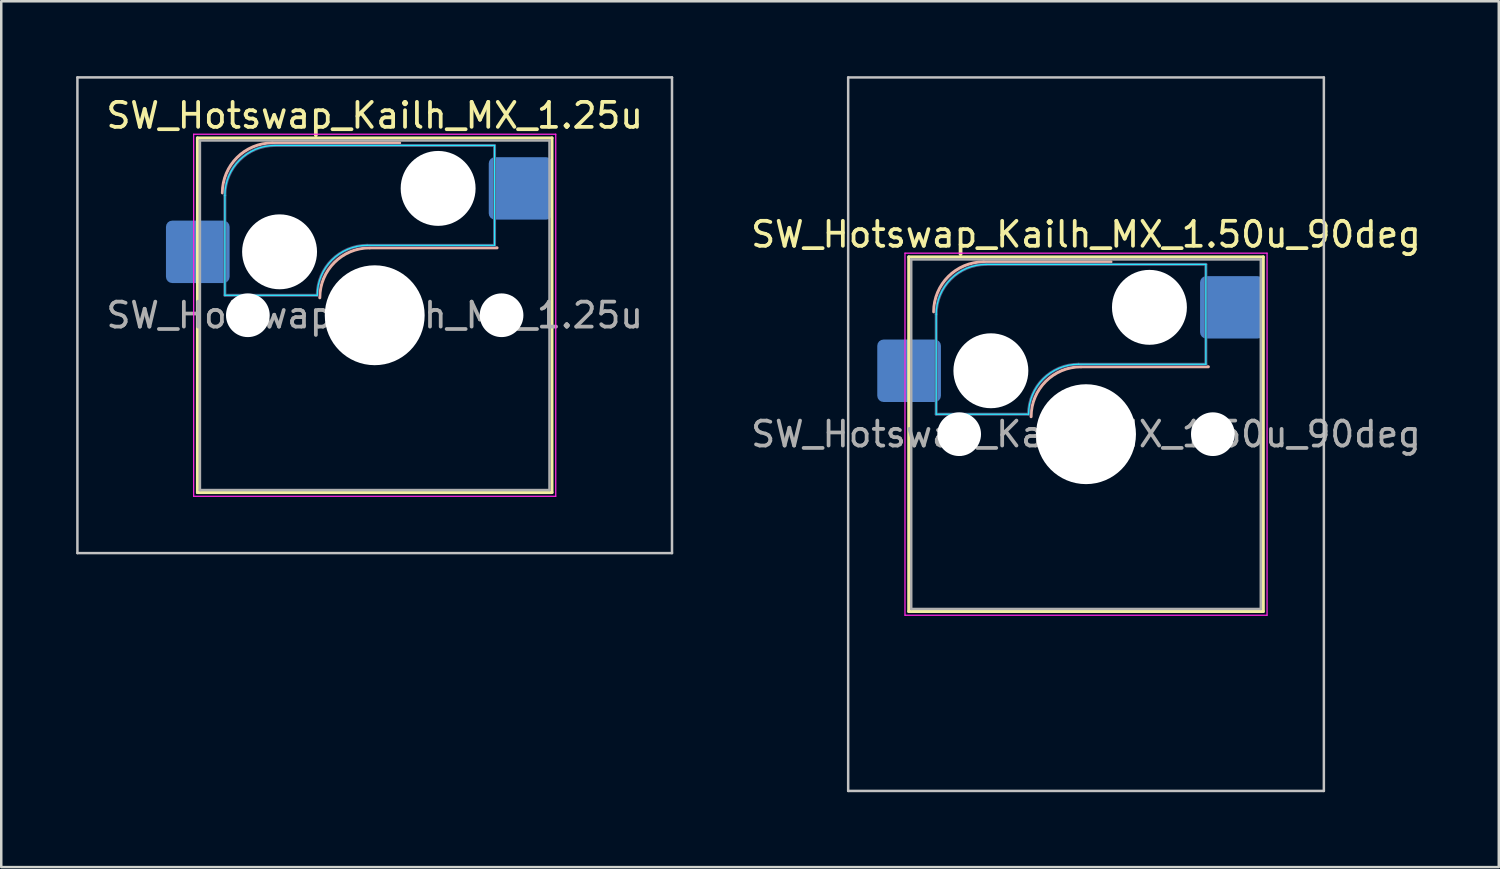
<source format=kicad_pcb>
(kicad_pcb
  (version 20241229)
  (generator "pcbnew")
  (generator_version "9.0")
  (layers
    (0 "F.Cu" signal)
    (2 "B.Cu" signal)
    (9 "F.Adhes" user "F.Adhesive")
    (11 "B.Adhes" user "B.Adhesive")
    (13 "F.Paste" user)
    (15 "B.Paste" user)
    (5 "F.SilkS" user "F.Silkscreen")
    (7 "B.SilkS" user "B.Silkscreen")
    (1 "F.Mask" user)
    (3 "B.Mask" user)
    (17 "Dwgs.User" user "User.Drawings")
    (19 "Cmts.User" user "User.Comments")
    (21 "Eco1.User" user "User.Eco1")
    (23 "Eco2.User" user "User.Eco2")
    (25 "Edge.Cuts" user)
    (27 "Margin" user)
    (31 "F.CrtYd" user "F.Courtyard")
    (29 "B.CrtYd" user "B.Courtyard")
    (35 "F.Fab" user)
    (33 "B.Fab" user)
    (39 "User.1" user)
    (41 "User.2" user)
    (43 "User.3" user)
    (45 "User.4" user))
  (footprint "SW_Hotswap_Kailh_MX_1.25u"
    (layer "F.Cu")
    (at 11.956 9.575)
    (property "Reference" "SW_Hotswap_Kailh_MX_1.25u" (at 0 -8 0) (layer "F.SilkS") (effects (font (size 1 1) (thickness 0.15))))
    (attr smd)
    (fp_line (start -7.1 -7.1) (end -7.1 7.1) (stroke (width 0.12) (type solid)) (layer "F.SilkS"))
    (fp_line (start -7.1 7.1) (end 7.1 7.1) (stroke (width 0.12) (type solid)) (layer "F.SilkS"))
    (fp_line (start 7.1 -7.1) (end -7.1 -7.1) (stroke (width 0.12) (type solid)) (layer "F.SilkS"))
    (fp_line (start 7.1 7.1) (end 7.1 -7.1) (stroke (width 0.12) (type solid)) (layer "F.SilkS"))
    (fp_line (start -4.1 -6.9) (end 1 -6.9) (stroke (width 0.12) (type solid)) (layer "B.SilkS"))
    (fp_line (start -0.2 -2.7) (end 4.9 -2.7) (stroke (width 0.12) (type solid)) (layer "B.SilkS"))
    (fp_arc (start -6.1 -4.9) (mid -5.514214 -6.314214) (end -4.1 -6.9) (stroke (width 0.12) (type solid)) (layer "B.SilkS"))
    (fp_arc (start -2.2 -0.7) (mid -1.614214 -2.114214) (end -0.2 -2.7) (stroke (width 0.12) (type solid)) (layer "B.SilkS"))
    (fp_line (start -11.906 -9.525) (end -11.906 9.525) (stroke (width 0.1) (type solid)) (layer "Dwgs.User"))
    (fp_line (start -11.906 9.525) (end 11.906 9.525) (stroke (width 0.1) (type solid)) (layer "Dwgs.User"))
    (fp_line (start 11.906 -9.525) (end -11.906 -9.525) (stroke (width 0.1) (type solid)) (layer "Dwgs.User"))
    (fp_line (start 11.906 9.525) (end 11.906 -9.525) (stroke (width 0.1) (type solid)) (layer "Dwgs.User"))
    (fp_line (start -7.8 -6) (end -7 -6) (stroke (width 0.1) (type solid)) (layer "Eco1.User"))
    (fp_line (start -7.8 -2.9) (end -7.8 -6) (stroke (width 0.1) (type solid)) (layer "Eco1.User"))
    (fp_line (start -7.8 2.9) (end -7 2.9) (stroke (width 0.1) (type solid)) (layer "Eco1.User"))
    (fp_line (start -7.8 6) (end -7.8 2.9) (stroke (width 0.1) (type solid)) (layer "Eco1.User"))
    (fp_line (start -7 -7) (end 7 -7) (stroke (width 0.1) (type solid)) (layer "Eco1.User"))
    (fp_line (start -7 -6) (end -7 -7) (stroke (width 0.1) (type solid)) (layer "Eco1.User"))
    (fp_line (start -7 -2.9) (end -7.8 -2.9) (stroke (width 0.1) (type solid)) (layer "Eco1.User"))
    (fp_line (start -7 2.9) (end -7 -2.9) (stroke (width 0.1) (type solid)) (layer "Eco1.User"))
    (fp_line (start -7 6) (end -7.8 6) (stroke (width 0.1) (type solid)) (layer "Eco1.User"))
    (fp_line (start -7 7) (end -7 6) (stroke (width 0.1) (type solid)) (layer "Eco1.User"))
    (fp_line (start 7 -7) (end 7 -6) (stroke (width 0.1) (type solid)) (layer "Eco1.User"))
    (fp_line (start 7 -6) (end 7.8 -6) (stroke (width 0.1) (type solid)) (layer "Eco1.User"))
    (fp_line (start 7 -2.9) (end 7 2.9) (stroke (width 0.1) (type solid)) (layer "Eco1.User"))
    (fp_line (start 7 2.9) (end 7.8 2.9) (stroke (width 0.1) (type solid)) (layer "Eco1.User"))
    (fp_line (start 7 6) (end 7 7) (stroke (width 0.1) (type solid)) (layer "Eco1.User"))
    (fp_line (start 7 7) (end -7 7) (stroke (width 0.1) (type solid)) (layer "Eco1.User"))
    (fp_line (start 7.8 -6) (end 7.8 -2.9) (stroke (width 0.1) (type solid)) (layer "Eco1.User"))
    (fp_line (start 7.8 -2.9) (end 7 -2.9) (stroke (width 0.1) (type solid)) (layer "Eco1.User"))
    (fp_line (start 7.8 2.9) (end 7.8 6) (stroke (width 0.1) (type solid)) (layer "Eco1.User"))
    (fp_line (start 7.8 6) (end 7 6) (stroke (width 0.1) (type solid)) (layer "Eco1.User"))
    (fp_line (start -6 -0.8) (end -6 -4.8) (stroke (width 0.05) (type solid)) (layer "B.CrtYd"))
    (fp_line (start -6 -0.8) (end -2.3 -0.8) (stroke (width 0.05) (type solid)) (layer "B.CrtYd"))
    (fp_line (start -4 -6.8) (end 4.8 -6.8) (stroke (width 0.05) (type solid)) (layer "B.CrtYd"))
    (fp_line (start -0.3 -2.8) (end 4.8 -2.8) (stroke (width 0.05) (type solid)) (layer "B.CrtYd"))
    (fp_line (start 4.8 -6.8) (end 4.8 -2.8) (stroke (width 0.05) (type solid)) (layer "B.CrtYd"))
    (fp_arc (start -6 -4.8) (mid -5.414214 -6.214214) (end -4 -6.8) (stroke (width 0.05) (type solid)) (layer "B.CrtYd"))
    (fp_arc (start -2.3 -0.8) (mid -1.714214 -2.214214) (end -0.3 -2.8) (stroke (width 0.05) (type solid)) (layer "B.CrtYd"))
    (fp_line (start -7.25 -7.25) (end -7.25 7.25) (stroke (width 0.05) (type solid)) (layer "F.CrtYd"))
    (fp_line (start -7.25 7.25) (end 7.25 7.25) (stroke (width 0.05) (type solid)) (layer "F.CrtYd"))
    (fp_line (start 7.25 -7.25) (end -7.25 -7.25) (stroke (width 0.05) (type solid)) (layer "F.CrtYd"))
    (fp_line (start 7.25 7.25) (end 7.25 -7.25) (stroke (width 0.05) (type solid)) (layer "F.CrtYd"))
    (fp_line (start -6 -0.8) (end -6 -4.8) (stroke (width 0.12) (type solid)) (layer "B.Fab"))
    (fp_line (start -6 -0.8) (end -2.3 -0.8) (stroke (width 0.12) (type solid)) (layer "B.Fab"))
    (fp_line (start -4 -6.8) (end 4.8 -6.8) (stroke (width 0.12) (type solid)) (layer "B.Fab"))
    (fp_line (start -0.3 -2.8) (end 4.8 -2.8) (stroke (width 0.12) (type solid)) (layer "B.Fab"))
    (fp_line (start 4.8 -6.8) (end 4.8 -2.8) (stroke (width 0.12) (type solid)) (layer "B.Fab"))
    (fp_arc (start -6 -4.8) (mid -5.414214 -6.214214) (end -4 -6.8) (stroke (width 0.12) (type solid)) (layer "B.Fab"))
    (fp_arc (start -2.3 -0.8) (mid -1.714214 -2.214214) (end -0.3 -2.8) (stroke (width 0.12) (type solid)) (layer "B.Fab"))
    (fp_line (start -7 -7) (end -7 7) (stroke (width 0.1) (type solid)) (layer "F.Fab"))
    (fp_line (start -7 7) (end 7 7) (stroke (width 0.1) (type solid)) (layer "F.Fab"))
    (fp_line (start 7 -7) (end -7 -7) (stroke (width 0.1) (type solid)) (layer "F.Fab"))
    (fp_line (start 7 7) (end 7 -7) (stroke (width 0.1) (type solid)) (layer "F.Fab"))
    (fp_text user "${REFERENCE}" (at 0 0 0) (layer "F.Fab") (effects (font (size 1 1) (thickness 0.15))))
    (pad "" np_thru_hole circle (at -5.08 0) (size 1.75 1.75) (drill 1.75) (layers "*.Cu" "*.Mask"))
    (pad "" np_thru_hole circle (at -3.81 -2.54) (size 3 3) (drill 3) (layers "*.Cu" "*.Mask"))
    (pad "" np_thru_hole circle (at 0 0) (size 4 4) (drill 4) (layers "*.Cu" "*.Mask"))
    (pad "" np_thru_hole circle (at 2.54 -5.08) (size 3 3) (drill 3) (layers "*.Cu" "*.Mask"))
    (pad "" np_thru_hole circle (at 5.08 0) (size 1.75 1.75) (drill 1.75) (layers "*.Cu" "*.Mask"))
    (pad "1" smd roundrect (at -7.085 -2.54) (size 2.55 2.5) (layers "B.Cu" "B.Mask" "B.Paste") (roundrect_rratio 0.1))
    (pad "2" smd roundrect (at 5.842 -5.08) (size 2.55 2.5) (layers "B.Cu" "B.Mask" "B.Paste") (roundrect_rratio 0.1)))
  (footprint "SW_Hotswap_Kailh_MX_1.50u_90deg"
    (layer "F.Cu")
    (at 40.442 14.338)
    (property "Reference" "SW_Hotswap_Kailh_MX_1.50u_90deg" (at 0 -8 0) (layer "F.SilkS") (effects (font (size 1 1) (thickness 0.15))))
    (attr smd)
    (fp_line (start -7.1 -7.1) (end -7.1 7.1) (stroke (width 0.12) (type solid)) (layer "F.SilkS"))
    (fp_line (start -7.1 7.1) (end 7.1 7.1) (stroke (width 0.12) (type solid)) (layer "F.SilkS"))
    (fp_line (start 7.1 -7.1) (end -7.1 -7.1) (stroke (width 0.12) (type solid)) (layer "F.SilkS"))
    (fp_line (start 7.1 7.1) (end 7.1 -7.1) (stroke (width 0.12) (type solid)) (layer "F.SilkS"))
    (fp_line (start -4.1 -6.9) (end 1 -6.9) (stroke (width 0.12) (type solid)) (layer "B.SilkS"))
    (fp_line (start -0.2 -2.7) (end 4.9 -2.7) (stroke (width 0.12) (type solid)) (layer "B.SilkS"))
    (fp_arc (start -6.1 -4.9) (mid -5.514214 -6.314214) (end -4.1 -6.9) (stroke (width 0.12) (type solid)) (layer "B.SilkS"))
    (fp_arc (start -2.2 -0.7) (mid -1.614214 -2.114214) (end -0.2 -2.7) (stroke (width 0.12) (type solid)) (layer "B.SilkS"))
    (fp_line (start -9.525 -14.287) (end 9.525 -14.287) (stroke (width 0.1) (type solid)) (layer "Dwgs.User"))
    (fp_line (start -9.525 14.287) (end -9.525 -14.287) (stroke (width 0.1) (type solid)) (layer "Dwgs.User"))
    (fp_line (start 9.525 -14.287) (end 9.525 14.287) (stroke (width 0.1) (type solid)) (layer "Dwgs.User"))
    (fp_line (start 9.525 14.287) (end -9.525 14.287) (stroke (width 0.1) (type solid)) (layer "Dwgs.User"))
    (fp_line (start -7.8 -6) (end -7 -6) (stroke (width 0.1) (type solid)) (layer "Eco1.User"))
    (fp_line (start -7.8 -2.9) (end -7.8 -6) (stroke (width 0.1) (type solid)) (layer "Eco1.User"))
    (fp_line (start -7.8 2.9) (end -7 2.9) (stroke (width 0.1) (type solid)) (layer "Eco1.User"))
    (fp_line (start -7.8 6) (end -7.8 2.9) (stroke (width 0.1) (type solid)) (layer "Eco1.User"))
    (fp_line (start -7 -7) (end 7 -7) (stroke (width 0.1) (type solid)) (layer "Eco1.User"))
    (fp_line (start -7 -6) (end -7 -7) (stroke (width 0.1) (type solid)) (layer "Eco1.User"))
    (fp_line (start -7 -2.9) (end -7.8 -2.9) (stroke (width 0.1) (type solid)) (layer "Eco1.User"))
    (fp_line (start -7 2.9) (end -7 -2.9) (stroke (width 0.1) (type solid)) (layer "Eco1.User"))
    (fp_line (start -7 6) (end -7.8 6) (stroke (width 0.1) (type solid)) (layer "Eco1.User"))
    (fp_line (start -7 7) (end -7 6) (stroke (width 0.1) (type solid)) (layer "Eco1.User"))
    (fp_line (start 7 -7) (end 7 -6) (stroke (width 0.1) (type solid)) (layer "Eco1.User"))
    (fp_line (start 7 -6) (end 7.8 -6) (stroke (width 0.1) (type solid)) (layer "Eco1.User"))
    (fp_line (start 7 -2.9) (end 7 2.9) (stroke (width 0.1) (type solid)) (layer "Eco1.User"))
    (fp_line (start 7 2.9) (end 7.8 2.9) (stroke (width 0.1) (type solid)) (layer "Eco1.User"))
    (fp_line (start 7 6) (end 7 7) (stroke (width 0.1) (type solid)) (layer "Eco1.User"))
    (fp_line (start 7 7) (end -7 7) (stroke (width 0.1) (type solid)) (layer "Eco1.User"))
    (fp_line (start 7.8 -6) (end 7.8 -2.9) (stroke (width 0.1) (type solid)) (layer "Eco1.User"))
    (fp_line (start 7.8 -2.9) (end 7 -2.9) (stroke (width 0.1) (type solid)) (layer "Eco1.User"))
    (fp_line (start 7.8 2.9) (end 7.8 6) (stroke (width 0.1) (type solid)) (layer "Eco1.User"))
    (fp_line (start 7.8 6) (end 7 6) (stroke (width 0.1) (type solid)) (layer "Eco1.User"))
    (fp_line (start -6 -0.8) (end -6 -4.8) (stroke (width 0.05) (type solid)) (layer "B.CrtYd"))
    (fp_line (start -6 -0.8) (end -2.3 -0.8) (stroke (width 0.05) (type solid)) (layer "B.CrtYd"))
    (fp_line (start -4 -6.8) (end 4.8 -6.8) (stroke (width 0.05) (type solid)) (layer "B.CrtYd"))
    (fp_line (start -0.3 -2.8) (end 4.8 -2.8) (stroke (width 0.05) (type solid)) (layer "B.CrtYd"))
    (fp_line (start 4.8 -6.8) (end 4.8 -2.8) (stroke (width 0.05) (type solid)) (layer "B.CrtYd"))
    (fp_arc (start -6 -4.8) (mid -5.414214 -6.214214) (end -4 -6.8) (stroke (width 0.05) (type solid)) (layer "B.CrtYd"))
    (fp_arc (start -2.3 -0.8) (mid -1.714214 -2.214214) (end -0.3 -2.8) (stroke (width 0.05) (type solid)) (layer "B.CrtYd"))
    (fp_line (start -7.25 -7.25) (end -7.25 7.25) (stroke (width 0.05) (type solid)) (layer "F.CrtYd"))
    (fp_line (start -7.25 7.25) (end 7.25 7.25) (stroke (width 0.05) (type solid)) (layer "F.CrtYd"))
    (fp_line (start 7.25 -7.25) (end -7.25 -7.25) (stroke (width 0.05) (type solid)) (layer "F.CrtYd"))
    (fp_line (start 7.25 7.25) (end 7.25 -7.25) (stroke (width 0.05) (type solid)) (layer "F.CrtYd"))
    (fp_line (start -6 -0.8) (end -6 -4.8) (stroke (width 0.12) (type solid)) (layer "B.Fab"))
    (fp_line (start -6 -0.8) (end -2.3 -0.8) (stroke (width 0.12) (type solid)) (layer "B.Fab"))
    (fp_line (start -4 -6.8) (end 4.8 -6.8) (stroke (width 0.12) (type solid)) (layer "B.Fab"))
    (fp_line (start -0.3 -2.8) (end 4.8 -2.8) (stroke (width 0.12) (type solid)) (layer "B.Fab"))
    (fp_line (start 4.8 -6.8) (end 4.8 -2.8) (stroke (width 0.12) (type solid)) (layer "B.Fab"))
    (fp_arc (start -6 -4.8) (mid -5.414214 -6.214214) (end -4 -6.8) (stroke (width 0.12) (type solid)) (layer "B.Fab"))
    (fp_arc (start -2.3 -0.8) (mid -1.714214 -2.214214) (end -0.3 -2.8) (stroke (width 0.12) (type solid)) (layer "B.Fab"))
    (fp_line (start -7 -7) (end -7 7) (stroke (width 0.1) (type solid)) (layer "F.Fab"))
    (fp_line (start -7 7) (end 7 7) (stroke (width 0.1) (type solid)) (layer "F.Fab"))
    (fp_line (start 7 -7) (end -7 -7) (stroke (width 0.1) (type solid)) (layer "F.Fab"))
    (fp_line (start 7 7) (end 7 -7) (stroke (width 0.1) (type solid)) (layer "F.Fab"))
    (fp_text user "${REFERENCE}" (at 0 0 0) (layer "F.Fab") (effects (font (size 1 1) (thickness 0.15))))
    (pad "" np_thru_hole circle (at -5.08 0) (size 1.75 1.75) (drill 1.75) (layers "*.Cu" "*.Mask"))
    (pad "" np_thru_hole circle (at -3.81 -2.54) (size 3 3) (drill 3) (layers "*.Cu" "*.Mask"))
    (pad "" np_thru_hole circle (at 0 0) (size 4 4) (drill 4) (layers "*.Cu" "*.Mask"))
    (pad "" np_thru_hole circle (at 2.54 -5.08) (size 3 3) (drill 3) (layers "*.Cu" "*.Mask"))
    (pad "" np_thru_hole circle (at 5.08 0) (size 1.75 1.75) (drill 1.75) (layers "*.Cu" "*.Mask"))
    (pad "1" smd roundrect (at -7.085 -2.54) (size 2.55 2.5) (layers "B.Cu" "B.Mask" "B.Paste") (roundrect_rratio 0.1))
    (pad "2" smd roundrect (at 5.842 -5.08) (size 2.55 2.5) (layers "B.Cu" "B.Mask" "B.Paste") (roundrect_rratio 0.1)))
  (gr_rect
    (start -3 -3)
    (end 56.972 31.675)
    (stroke (width 0.1) (type default))
    (fill no)
    (layer "Edge.Cuts")))
</source>
